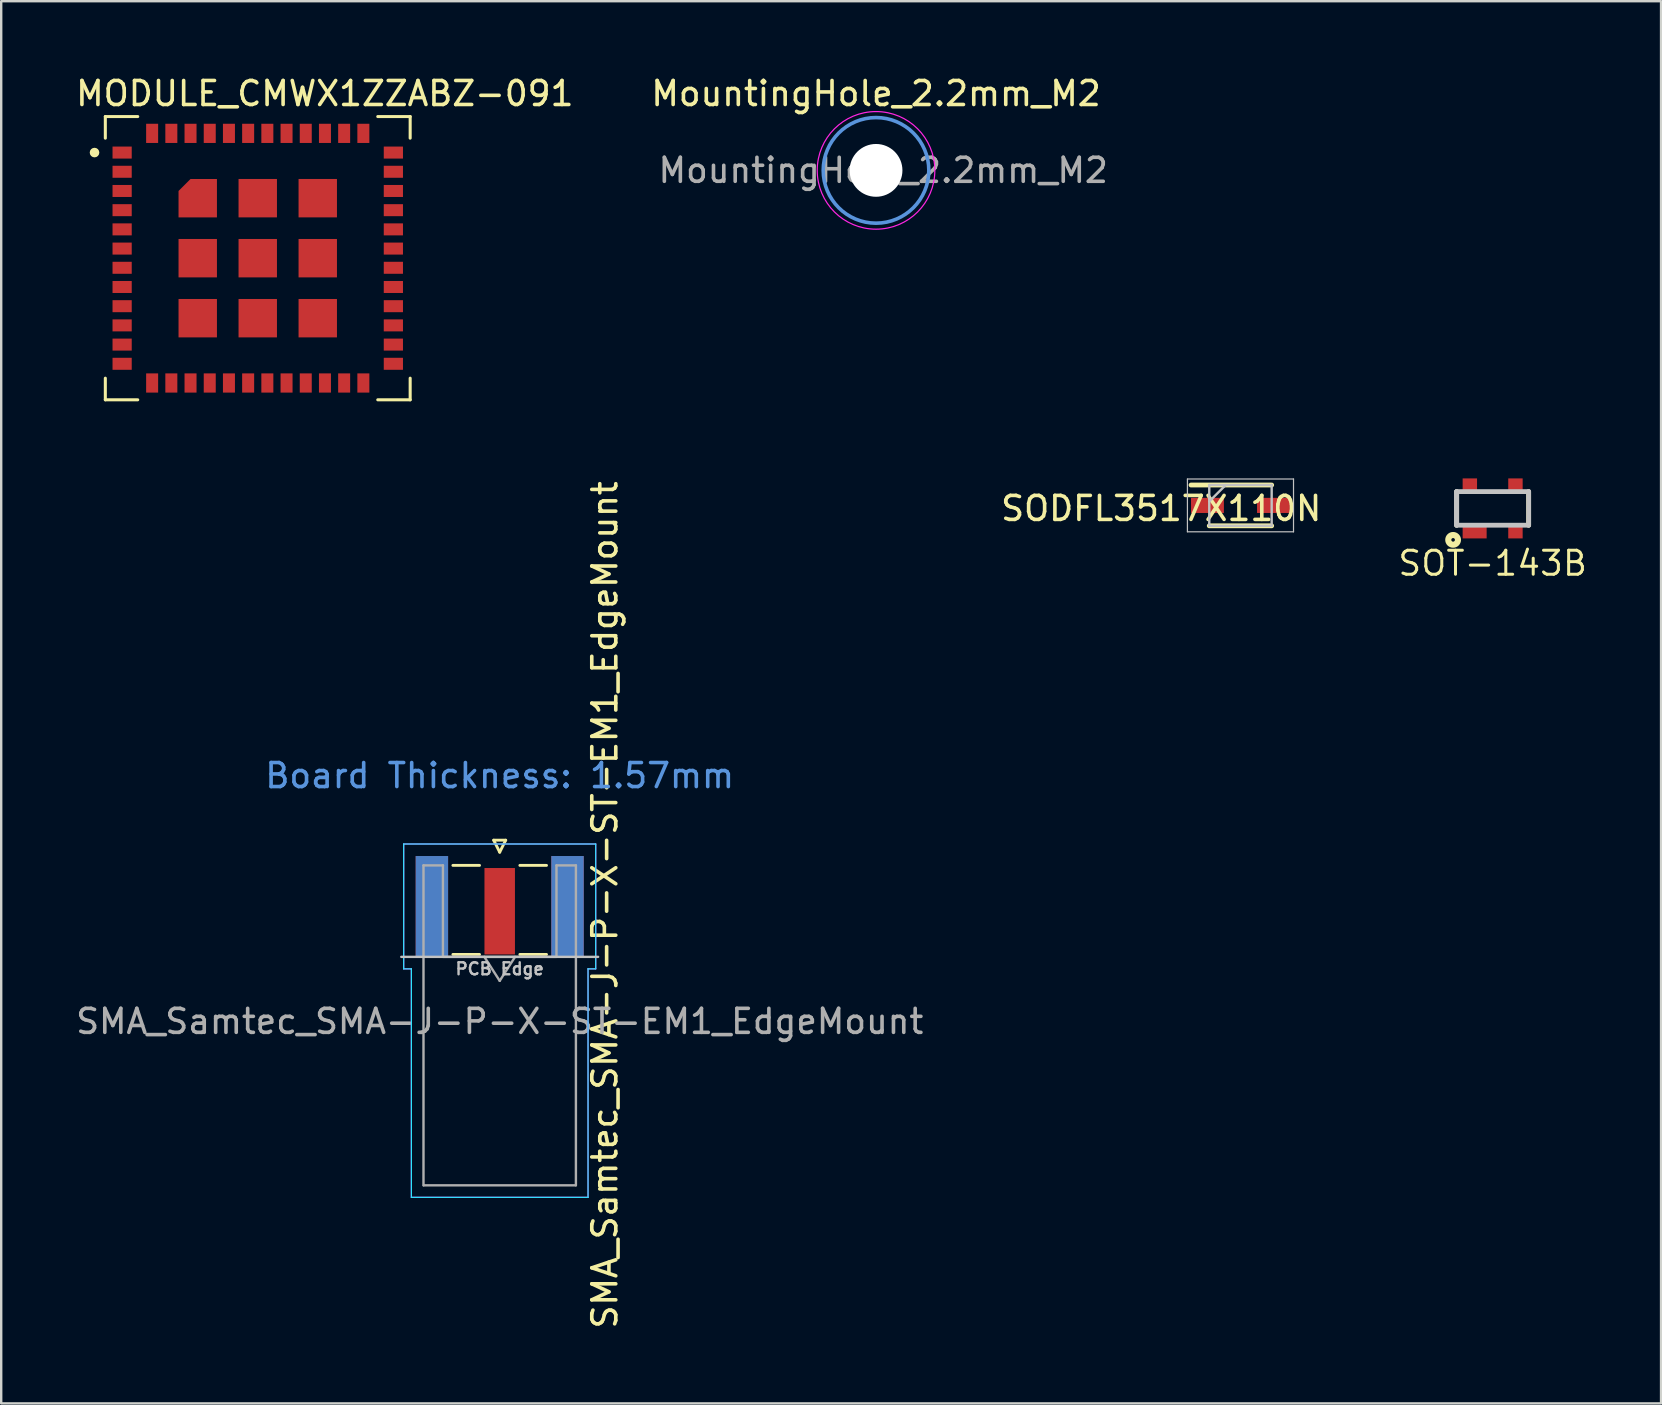
<source format=kicad_pcb>
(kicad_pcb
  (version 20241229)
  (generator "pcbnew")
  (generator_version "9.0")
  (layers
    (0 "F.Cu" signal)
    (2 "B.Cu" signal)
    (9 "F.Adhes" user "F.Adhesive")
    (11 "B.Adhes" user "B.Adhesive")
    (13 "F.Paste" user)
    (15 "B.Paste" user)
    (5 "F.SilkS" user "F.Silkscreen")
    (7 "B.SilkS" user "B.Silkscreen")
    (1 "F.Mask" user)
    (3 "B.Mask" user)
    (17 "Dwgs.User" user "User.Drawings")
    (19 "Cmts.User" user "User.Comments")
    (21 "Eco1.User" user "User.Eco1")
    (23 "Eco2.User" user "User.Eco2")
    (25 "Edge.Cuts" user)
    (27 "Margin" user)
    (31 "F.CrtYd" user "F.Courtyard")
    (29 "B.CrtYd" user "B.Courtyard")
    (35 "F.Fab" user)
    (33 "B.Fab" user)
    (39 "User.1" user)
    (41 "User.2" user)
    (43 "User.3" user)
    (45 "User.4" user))
  (footprint "SMA_Samtec_SMA-J-P-X-ST-EM1_EdgeMount"
    (layer "F.Cu")
    (at 17.768 34.713)
    (property "Reference" "SMA_Samtec_SMA-J-P-X-ST-EM1_EdgeMount" (at 4.381 -0.064 90) (layer "F.SilkS") (effects (font (size 1 1) (thickness 0.15))))
    (attr smd)
    (fp_line (start -1.95 -1.71) (end -0.84 -1.71) (stroke (width 0.12) (type solid)) (layer "F.SilkS"))
    (fp_line (start -1.95 2) (end -0.84 2) (stroke (width 0.12) (type solid)) (layer "F.SilkS"))
    (fp_line (start -0.25 -2.76) (end 0 -2.26) (stroke (width 0.12) (type solid)) (layer "F.SilkS"))
    (fp_line (start 0 -2.26) (end 0.25 -2.76) (stroke (width 0.12) (type solid)) (layer "F.SilkS"))
    (fp_line (start 0.25 -2.76) (end -0.25 -2.76) (stroke (width 0.12) (type solid)) (layer "F.SilkS"))
    (fp_line (start 0.84 -1.71) (end 1.95 -1.71) (stroke (width 0.12) (type solid)) (layer "F.SilkS"))
    (fp_line (start 0.84 2) (end 1.95 2) (stroke (width 0.12) (type solid)) (layer "F.SilkS"))
    (fp_line (start 4.1 2.1) (end -4.1 2.1) (stroke (width 0.1) (type solid)) (layer "Dwgs.User"))
    (fp_line (start -4 -2.6) (end 4 -2.6) (stroke (width 0.05) (type solid)) (layer "B.CrtYd"))
    (fp_line (start -4 2.6) (end -4 -2.6) (stroke (width 0.05) (type solid)) (layer "B.CrtYd"))
    (fp_line (start -3.68 2.6) (end -4 2.6) (stroke (width 0.05) (type solid)) (layer "B.CrtYd"))
    (fp_line (start -3.68 12.12) (end -3.68 2.6) (stroke (width 0.05) (type solid)) (layer "B.CrtYd"))
    (fp_line (start 3.68 2.6) (end 3.68 12.12) (stroke (width 0.05) (type solid)) (layer "B.CrtYd"))
    (fp_line (start 3.68 12.12) (end -3.68 12.12) (stroke (width 0.05) (type solid)) (layer "B.CrtYd"))
    (fp_line (start 4 2.6) (end 3.68 2.6) (stroke (width 0.05) (type solid)) (layer "B.CrtYd"))
    (fp_line (start 4 2.6) (end 4 -2.6) (stroke (width 0.05) (type solid)) (layer "B.CrtYd"))
    (fp_line (start -4 -2.6) (end 4 -2.6) (stroke (width 0.05) (type solid)) (layer "F.CrtYd"))
    (fp_line (start -4 2.6) (end -4 -2.6) (stroke (width 0.05) (type solid)) (layer "F.CrtYd"))
    (fp_line (start -3.68 2.6) (end -4 2.6) (stroke (width 0.05) (type solid)) (layer "F.CrtYd"))
    (fp_line (start -3.68 12.12) (end -3.68 2.6) (stroke (width 0.05) (type solid)) (layer "F.CrtYd"))
    (fp_line (start 3.68 2.6) (end 3.68 12.12) (stroke (width 0.05) (type solid)) (layer "F.CrtYd"))
    (fp_line (start 3.68 2.6) (end 4 2.6) (stroke (width 0.05) (type solid)) (layer "F.CrtYd"))
    (fp_line (start 3.68 12.12) (end -3.68 12.12) (stroke (width 0.05) (type solid)) (layer "F.CrtYd"))
    (fp_line (start 4 2.6) (end 4 -2.6) (stroke (width 0.05) (type solid)) (layer "F.CrtYd"))
    (fp_line (start -3.175 -1.71) (end -3.175 11.62) (stroke (width 0.1) (type solid)) (layer "F.Fab"))
    (fp_line (start -2.365 -1.71) (end -3.175 -1.71) (stroke (width 0.1) (type solid)) (layer "F.Fab"))
    (fp_line (start -2.365 2.1) (end -2.365 -1.71) (stroke (width 0.1) (type solid)) (layer "F.Fab"))
    (fp_line (start 0 3.1) (end -0.64 2.1) (stroke (width 0.1) (type solid)) (layer "F.Fab"))
    (fp_line (start 0.64 2.1) (end 0 3.1) (stroke (width 0.1) (type solid)) (layer "F.Fab"))
    (fp_line (start 2.365 -1.71) (end 2.365 2.1) (stroke (width 0.1) (type solid)) (layer "F.Fab"))
    (fp_line (start 2.365 2.1) (end -2.365 2.1) (stroke (width 0.1) (type solid)) (layer "F.Fab"))
    (fp_line (start 3.165 11.62) (end -3.165 11.62) (stroke (width 0.1) (type solid)) (layer "F.Fab"))
    (fp_line (start 3.175 -1.71) (end 2.365 -1.71) (stroke (width 0.1) (type solid)) (layer "F.Fab"))
    (fp_line (start 3.175 -1.71) (end 3.175 11.62) (stroke (width 0.1) (type solid)) (layer "F.Fab"))
    (fp_text user "PCB Edge" (at 0 2.6 0) (layer "Dwgs.User") (effects (font (size 0.5 0.5) (thickness 0.1))))
    (fp_text user "Board Thickness: 1.57mm" (at 0 -5.45 0) (layer "Cmts.User") (effects (font (size 1 1) (thickness 0.15))))
    (fp_text user "${REFERENCE}" (at 0 4.79 180) (layer "F.Fab") (effects (font (size 1 1) (thickness 0.15))))
    (pad "1" smd rect (at 0 0.2) (size 1.27 3.6) (layers "F.Cu" "F.Mask" "F.Paste"))
    (pad "2" smd rect (at -2.825 0) (size 1.35 4.2) (layers "F.Cu" "F.Mask" "F.Paste"))
    (pad "2" smd rect (at -2.825 0) (size 1.35 4.2) (layers "B.Cu" "B.Mask" "B.Paste"))
    (pad "2" smd rect (at 2.825 0) (size 1.35 4.2) (layers "F.Cu" "F.Mask" "F.Paste"))
    (pad "2" smd rect (at 2.825 0) (size 1.35 4.2) (layers "B.Cu" "B.Mask" "B.Paste")))
  (footprint "MODULE_CMWX1ZZABZ-091"
    (layer "F.Cu")
    (at 7.688 7.706)
    (property "Reference" "MODULE_CMWX1ZZABZ-091" (at 2.794 -6.858 0) (layer "F.SilkS") (effects (font (size 1 1) (thickness 0.15))))
    (attr smd)
    (fp_poly (pts (xy -1.7 -3.3) (xy -1.7 -1.7) (xy -3.3 -1.7) (xy -3.3 -2.8) (xy -2.8 -3.3)) (stroke (width 0.001) (type solid)) (fill yes) (layer "F.Cu"))
    (fp_poly (pts (xy -1.6 -3.4) (xy -1.6 -1.6) (xy -3.4 -1.6) (xy -3.4 -2.9) (xy -2.9 -3.4)) (stroke (width 0.001) (type solid)) (fill yes) (layer "F.Mask"))
    (fp_line (start -6.35 -5.9) (end -5 -5.9) (stroke (width 0.127) (type solid)) (layer "F.SilkS"))
    (fp_line (start -6.35 -5) (end -6.35 -5.9) (stroke (width 0.127) (type solid)) (layer "F.SilkS"))
    (fp_line (start -6.35 5) (end -6.35 5.9) (stroke (width 0.127) (type solid)) (layer "F.SilkS"))
    (fp_line (start -6.35 5.9) (end -5 5.9) (stroke (width 0.127) (type solid)) (layer "F.SilkS"))
    (fp_line (start 5 -5.9) (end 6.35 -5.9) (stroke (width 0.127) (type solid)) (layer "F.SilkS"))
    (fp_line (start 5 5.9) (end 6.35 5.9) (stroke (width 0.127) (type solid)) (layer "F.SilkS"))
    (fp_line (start 6.35 -5.9) (end 6.35 -5) (stroke (width 0.127) (type solid)) (layer "F.SilkS"))
    (fp_line (start 6.35 5.9) (end 6.35 5) (stroke (width 0.127) (type solid)) (layer "F.SilkS"))
    (fp_circle (center -6.8 -4.4) (end -6.7 -4.4) (stroke (width 0.2) (type solid)) (fill no) (layer "F.SilkS"))
    (fp_poly (pts (xy -1.7 -3.3) (xy -1.7 -1.7) (xy -3.3 -1.7) (xy -3.3 -2.8) (xy -2.8 -3.3)) (stroke (width 0.001) (type solid)) (fill yes) (layer "F.Paste"))
    (fp_line (start -6.6 -6.15) (end -6.6 6.15) (stroke (width 0.05) (type solid)) (layer "Eco1.User"))
    (fp_line (start -6.6 6.15) (end 6.6 6.15) (stroke (width 0.05) (type solid)) (layer "Eco1.User"))
    (fp_line (start 6.6 -6.15) (end -6.6 -6.15) (stroke (width 0.05) (type solid)) (layer "Eco1.User"))
    (fp_line (start 6.6 6.15) (end 6.6 -6.15) (stroke (width 0.05) (type solid)) (layer "Eco1.User"))
    (fp_line (start -6.35 -5.9) (end 6.35 -5.9) (stroke (width 0.127) (type solid)) (layer "Eco2.User"))
    (fp_line (start -6.35 5.9) (end -6.35 -5.9) (stroke (width 0.127) (type solid)) (layer "Eco2.User"))
    (fp_line (start 6.35 -5.9) (end 6.35 5.9) (stroke (width 0.127) (type solid)) (layer "Eco2.User"))
    (fp_line (start 6.35 5.9) (end -6.35 5.9) (stroke (width 0.127) (type solid)) (layer "Eco2.User"))
    (fp_circle (center -6.8 -4.4) (end -6.7 -4.4) (stroke (width 0.2) (type solid)) (fill no) (layer "Eco2.User"))
    (pad "1" smd rect (at -5.65 -4.4) (size 0.8 0.5) (layers "F.Cu" "F.Mask" "F.Paste"))
    (pad "2" smd rect (at -5.65 -3.6) (size 0.8 0.5) (layers "F.Cu" "F.Mask" "F.Paste"))
    (pad "3" smd rect (at -5.65 -2.8) (size 0.8 0.5) (layers "F.Cu" "F.Mask" "F.Paste"))
    (pad "4" smd rect (at -5.65 -2) (size 0.8 0.5) (layers "F.Cu" "F.Mask" "F.Paste"))
    (pad "5" smd rect (at -5.65 -1.2) (size 0.8 0.5) (layers "F.Cu" "F.Mask" "F.Paste"))
    (pad "6" smd rect (at -5.65 -0.4) (size 0.8 0.5) (layers "F.Cu" "F.Mask" "F.Paste"))
    (pad "7" smd rect (at -5.65 0.4) (size 0.8 0.5) (layers "F.Cu" "F.Mask" "F.Paste"))
    (pad "8" smd rect (at -5.65 1.2) (size 0.8 0.5) (layers "F.Cu" "F.Mask" "F.Paste"))
    (pad "9" smd rect (at -5.65 2) (size 0.8 0.5) (layers "F.Cu" "F.Mask" "F.Paste"))
    (pad "10" smd rect (at -5.65 2.8) (size 0.8 0.5) (layers "F.Cu" "F.Mask" "F.Paste"))
    (pad "11" smd rect (at -5.65 3.6) (size 0.8 0.5) (layers "F.Cu" "F.Mask" "F.Paste"))
    (pad "12" smd rect (at -5.65 4.4) (size 0.8 0.5) (layers "F.Cu" "F.Mask" "F.Paste"))
    (pad "13" smd rect (at -4.4 5.2) (size 0.5 0.8) (layers "F.Cu" "F.Mask" "F.Paste"))
    (pad "14" smd rect (at -3.6 5.2) (size 0.5 0.8) (layers "F.Cu" "F.Mask" "F.Paste"))
    (pad "15" smd rect (at -2.8 5.2) (size 0.5 0.8) (layers "F.Cu" "F.Mask" "F.Paste"))
    (pad "16" smd rect (at -2 5.2) (size 0.5 0.8) (layers "F.Cu" "F.Mask" "F.Paste"))
    (pad "17" smd rect (at -1.2 5.2) (size 0.5 0.8) (layers "F.Cu" "F.Mask" "F.Paste"))
    (pad "18" smd rect (at -0.4 5.2) (size 0.5 0.8) (layers "F.Cu" "F.Mask" "F.Paste"))
    (pad "19" smd rect (at 0.4 5.2) (size 0.5 0.8) (layers "F.Cu" "F.Mask" "F.Paste"))
    (pad "20" smd rect (at 1.2 5.2) (size 0.5 0.8) (layers "F.Cu" "F.Mask" "F.Paste"))
    (pad "21" smd rect (at 2 5.2) (size 0.5 0.8) (layers "F.Cu" "F.Mask" "F.Paste"))
    (pad "22" smd rect (at 2.8 5.2) (size 0.5 0.8) (layers "F.Cu" "F.Mask" "F.Paste"))
    (pad "23" smd rect (at 3.6 5.2) (size 0.5 0.8) (layers "F.Cu" "F.Mask" "F.Paste"))
    (pad "24" smd rect (at 4.4 5.2) (size 0.5 0.8) (layers "F.Cu" "F.Mask" "F.Paste"))
    (pad "25" smd rect (at 5.65 4.4) (size 0.8 0.5) (layers "F.Cu" "F.Mask" "F.Paste"))
    (pad "26" smd rect (at 5.65 3.6) (size 0.8 0.5) (layers "F.Cu" "F.Mask" "F.Paste"))
    (pad "27" smd rect (at 5.65 2.8) (size 0.8 0.5) (layers "F.Cu" "F.Mask" "F.Paste"))
    (pad "28" smd rect (at 5.65 2) (size 0.8 0.5) (layers "F.Cu" "F.Mask" "F.Paste"))
    (pad "29" smd rect (at 5.65 1.2) (size 0.8 0.5) (layers "F.Cu" "F.Mask" "F.Paste"))
    (pad "30" smd rect (at 5.65 0.4) (size 0.8 0.5) (layers "F.Cu" "F.Mask" "F.Paste"))
    (pad "31" smd rect (at 5.65 -0.4) (size 0.8 0.5) (layers "F.Cu" "F.Mask" "F.Paste"))
    (pad "32" smd rect (at 5.65 -1.2) (size 0.8 0.5) (layers "F.Cu" "F.Mask" "F.Paste"))
    (pad "33" smd rect (at 5.65 -2) (size 0.8 0.5) (layers "F.Cu" "F.Mask" "F.Paste"))
    (pad "34" smd rect (at 5.65 -2.8) (size 0.8 0.5) (layers "F.Cu" "F.Mask" "F.Paste"))
    (pad "35" smd rect (at 5.65 -3.6) (size 0.8 0.5) (layers "F.Cu" "F.Mask" "F.Paste"))
    (pad "36" smd rect (at 5.65 -4.4) (size 0.8 0.5) (layers "F.Cu" "F.Mask" "F.Paste"))
    (pad "37" smd rect (at 4.4 -5.2) (size 0.5 0.8) (layers "F.Cu" "F.Mask" "F.Paste"))
    (pad "38" smd rect (at 3.6 -5.2) (size 0.5 0.8) (layers "F.Cu" "F.Mask" "F.Paste"))
    (pad "39" smd rect (at 2.8 -5.2) (size 0.5 0.8) (layers "F.Cu" "F.Mask" "F.Paste"))
    (pad "40" smd rect (at 2 -5.2) (size 0.5 0.8) (layers "F.Cu" "F.Mask" "F.Paste"))
    (pad "41" smd rect (at 1.2 -5.2) (size 0.5 0.8) (layers "F.Cu" "F.Mask" "F.Paste"))
    (pad "42" smd rect (at 0.4 -5.2) (size 0.5 0.8) (layers "F.Cu" "F.Mask" "F.Paste"))
    (pad "43" smd rect (at -0.4 -5.2) (size 0.5 0.8) (layers "F.Cu" "F.Mask" "F.Paste"))
    (pad "44" smd rect (at -1.2 -5.2) (size 0.5 0.8) (layers "F.Cu" "F.Mask" "F.Paste"))
    (pad "45" smd rect (at -2 -5.2) (size 0.5 0.8) (layers "F.Cu" "F.Mask" "F.Paste"))
    (pad "46" smd rect (at -2.8 -5.2) (size 0.5 0.8) (layers "F.Cu" "F.Mask" "F.Paste"))
    (pad "47" smd rect (at -3.6 -5.2) (size 0.5 0.8) (layers "F.Cu" "F.Mask" "F.Paste"))
    (pad "48" smd rect (at -4.4 -5.2) (size 0.5 0.8) (layers "F.Cu" "F.Mask" "F.Paste"))
    (pad "49" smd rect (at -2.5 -2.5) (size 0.8 0.8) (layers "F.Cu" "F.Mask" "F.Paste"))
    (pad "50" smd rect (at 0 -2.5) (size 1.6 1.6) (layers "F.Cu" "F.Mask" "F.Paste"))
    (pad "51" smd rect (at 2.5 -2.5) (size 1.6 1.6) (layers "F.Cu" "F.Mask" "F.Paste"))
    (pad "52" smd rect (at -2.5 0) (size 1.6 1.6) (layers "F.Cu" "F.Mask" "F.Paste"))
    (pad "53" smd rect (at 0 0) (size 1.6 1.6) (layers "F.Cu" "F.Mask" "F.Paste"))
    (pad "54" smd rect (at 2.5 0) (size 1.6 1.6) (layers "F.Cu" "F.Mask" "F.Paste"))
    (pad "55" smd rect (at -2.5 2.5) (size 1.6 1.6) (layers "F.Cu" "F.Mask" "F.Paste"))
    (pad "56" smd rect (at 0 2.5) (size 1.6 1.6) (layers "F.Cu" "F.Mask" "F.Paste"))
    (pad "57" smd rect (at 2.5 2.5) (size 1.6 1.6) (layers "F.Cu" "F.Mask" "F.Paste")))
  (footprint "MountingHole_2.2mm_M2"
    (layer "F.Cu")
    (at 33.446 4.048)
    (property "Reference" "MountingHole_2.2mm_M2" (at 0 -3.2 0) (layer "F.SilkS") (effects (font (size 1 1) (thickness 0.15))))
    (attr exclude_from_pos_files exclude_from_bom)
    (fp_circle (center 0 0) (end 2.2 0) (stroke (width 0.15) (type solid)) (fill no) (layer "Cmts.User"))
    (fp_circle (center 0 0) (end 2.45 0) (stroke (width 0.05) (type solid)) (fill no) (layer "F.CrtYd"))
    (fp_text user "${REFERENCE}" (at 0.3 0 0) (layer "F.Fab") (effects (font (size 1 1) (thickness 0.15))))
    (pad "" np_thru_hole circle (at 0 0) (size 2.2 2.2) (drill 2.2) (layers "*.Cu" "*.Mask")))
  (footprint "SOT-143B"
    (layer "F.Cu")
    (at 59.135 18.131)
    (property "Reference" "SOT-143B" (at 0 2.286 0) (layer "F.SilkS") (effects (font (size 1 1) (thickness 0.125))))
    (attr smd)
    (fp_line (start -1.5 -0.7) (end -1.5 0.7) (stroke (width 0.2) (type solid)) (layer "F.SilkS"))
    (fp_line (start 1.5 -0.7) (end 1.5 0.7) (stroke (width 0.2) (type solid)) (layer "F.SilkS"))
    (fp_circle (center -1.647 1.31) (end -1.722 1.31) (stroke (width 0.254) (type solid)) (fill no) (layer "F.SilkS"))
    (fp_line (start -1.5 -0.7) (end -1.5 0.7) (stroke (width 0.2) (type solid)) (layer "Dwgs.User"))
    (fp_line (start -1.5 -0.7) (end 1.5 -0.7) (stroke (width 0.2) (type solid)) (layer "Dwgs.User"))
    (fp_line (start -1.5 0.7) (end -1.5 -0.7) (stroke (width 0.2) (type solid)) (layer "Dwgs.User"))
    (fp_line (start 1.5 -0.7) (end 1.5 0.7) (stroke (width 0.2) (type solid)) (layer "Dwgs.User"))
    (fp_line (start 1.5 0.7) (end -1.5 0.7) (stroke (width 0.2) (type solid)) (layer "Dwgs.User"))
    (pad "1" smd rect (at -0.75 0.95 90) (size 0.6 1) (layers "F.Cu" "F.Mask" "F.Paste"))
    (pad "2" smd rect (at 0.95 0.95 90) (size 0.6 0.6) (layers "F.Cu" "F.Mask" "F.Paste"))
    (pad "3" smd rect (at 0.95 -0.95 90) (size 0.6 0.6) (layers "F.Cu" "F.Mask" "F.Paste"))
    (pad "4" smd rect (at -0.95 -0.95 90) (size 0.6 0.6) (layers "F.Cu" "F.Mask" "F.Paste")))
  (footprint "SODFL3517X110N"
    (layer "F.Cu")
    (at 48.629 18.006)
    (property "Reference" "SODFL3517X110N" (at -3.302 0.127 180) (layer "F.SilkS") (effects (font (size 1 1) (thickness 0.15))))
    (attr smd)
    (fp_line (start -2.06 -0.85) (end 1.3 -0.85) (stroke (width 0.2) (type solid)) (layer "F.SilkS"))
    (fp_line (start -1.3 0.85) (end 1.3 0.85) (stroke (width 0.2) (type solid)) (layer "F.SilkS"))
    (fp_line (start -2.21 -1.1) (end 2.21 -1.1) (stroke (width 0.05) (type solid)) (layer "Dwgs.User"))
    (fp_line (start -2.21 1.1) (end -2.21 -1.1) (stroke (width 0.05) (type solid)) (layer "Dwgs.User"))
    (fp_line (start -1.3 -0.85) (end 1.3 -0.85) (stroke (width 0.1) (type solid)) (layer "Dwgs.User"))
    (fp_line (start -1.3 -0.165) (end -0.615 -0.85) (stroke (width 0.1) (type solid)) (layer "Dwgs.User"))
    (fp_line (start -1.3 0.85) (end -1.3 -0.85) (stroke (width 0.1) (type solid)) (layer "Dwgs.User"))
    (fp_line (start 1.3 -0.85) (end 1.3 0.85) (stroke (width 0.1) (type solid)) (layer "Dwgs.User"))
    (fp_line (start 1.3 0.85) (end -1.3 0.85) (stroke (width 0.1) (type solid)) (layer "Dwgs.User"))
    (fp_line (start 2.21 -1.1) (end 2.21 1.1) (stroke (width 0.05) (type solid)) (layer "Dwgs.User"))
    (fp_line (start 2.21 1.1) (end -2.21 1.1) (stroke (width 0.05) (type solid)) (layer "Dwgs.User"))
    (pad "1" smd rect (at -1.375 0 90) (size 0.63 1.37) (layers "F.Cu" "F.Mask" "F.Paste"))
    (pad "2" smd rect (at 1.375 0 90) (size 0.63 1.37) (layers "F.Cu" "F.Mask" "F.Paste")))
  (gr_rect
    (start -3 -3)
    (end 66.151 55.417)
    (stroke (width 0.1) (type default))
    (fill no)
    (layer "Edge.Cuts")))
</source>
